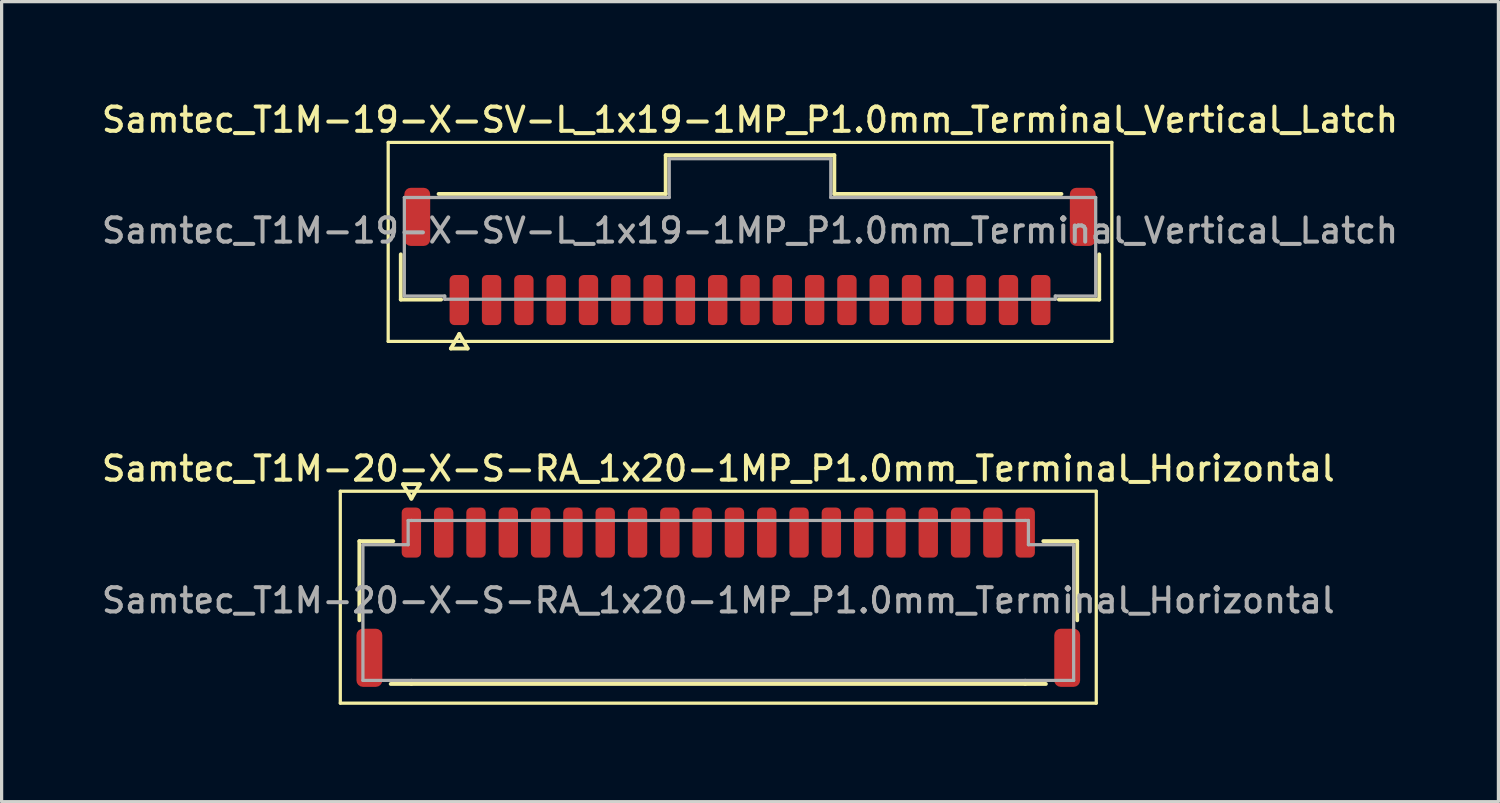
<source format=kicad_pcb>
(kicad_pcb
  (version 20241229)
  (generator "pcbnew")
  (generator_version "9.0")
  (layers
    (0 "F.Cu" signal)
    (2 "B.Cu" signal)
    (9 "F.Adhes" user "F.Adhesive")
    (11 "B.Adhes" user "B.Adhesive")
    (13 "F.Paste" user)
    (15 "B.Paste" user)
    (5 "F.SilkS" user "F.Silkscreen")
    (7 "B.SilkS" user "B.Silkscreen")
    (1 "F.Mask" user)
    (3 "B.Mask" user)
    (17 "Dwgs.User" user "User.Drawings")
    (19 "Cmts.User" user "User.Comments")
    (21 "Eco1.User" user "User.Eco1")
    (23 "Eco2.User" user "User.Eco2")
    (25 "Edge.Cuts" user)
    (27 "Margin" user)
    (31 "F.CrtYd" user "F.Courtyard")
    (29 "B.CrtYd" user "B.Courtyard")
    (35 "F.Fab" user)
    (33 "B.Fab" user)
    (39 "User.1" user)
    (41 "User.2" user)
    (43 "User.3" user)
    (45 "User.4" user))
  (footprint "Samtec_T1M-20-X-S-RA_1x20-1MP_P1.0mm_Terminal_Horizontal"
    (layer "F.Cu")
    (at 19.184 15.536)
    (property "Reference" "Samtec_T1M-20-X-S-RA_1x20-1MP_P1.0mm_Terminal_Horizontal" (at 0 -4.08 0) (layer "F.SilkS") (effects (font (size 0.75 0.75) (thickness 0.125))))
    (attr smd)
    (fp_line (start -11.7 -3.38) (end -11.7 3.18) (stroke (width 0.1) (type solid)) (layer "F.SilkS"))
    (fp_line (start -11.7 3.18) (end 11.7 3.18) (stroke (width 0.1) (type solid)) (layer "F.SilkS"))
    (fp_line (start -11.11 -1.835) (end -10.06 -1.835) (stroke (width 0.12) (type solid)) (layer "F.SilkS"))
    (fp_line (start -11.11 0.615) (end -11.11 -1.835) (stroke (width 0.12) (type solid)) (layer "F.SilkS"))
    (fp_line (start -9.76 -3.6) (end -9.5 -3.15) (stroke (width 0.12) (type solid)) (layer "F.SilkS"))
    (fp_line (start -9.5 -3.15) (end -9.24 -3.6) (stroke (width 0.12) (type solid)) (layer "F.SilkS"))
    (fp_line (start -9.5 2.585) (end -10.14 2.585) (stroke (width 0.12) (type solid)) (layer "F.SilkS"))
    (fp_line (start -9.24 -3.6) (end -9.76 -3.6) (stroke (width 0.12) (type solid)) (layer "F.SilkS"))
    (fp_line (start 9.5 2.585) (end -9.5 2.585) (stroke (width 0.12) (type solid)) (layer "F.SilkS"))
    (fp_line (start 10.06 -1.835) (end 11.11 -1.835) (stroke (width 0.12) (type solid)) (layer "F.SilkS"))
    (fp_line (start 10.14 2.585) (end 9.5 2.585) (stroke (width 0.12) (type solid)) (layer "F.SilkS"))
    (fp_line (start 11.11 -1.835) (end 11.11 0.615) (stroke (width 0.12) (type solid)) (layer "F.SilkS"))
    (fp_line (start 11.7 -3.38) (end -11.7 -3.38) (stroke (width 0.1) (type solid)) (layer "F.SilkS"))
    (fp_line (start 11.7 3.18) (end 11.7 -3.38) (stroke (width 0.1) (type solid)) (layer "F.SilkS"))
    (fp_line (start -11 -1.725) (end -9.6 -1.725) (stroke (width 0.1) (type solid)) (layer "F.Fab"))
    (fp_line (start -11 2.475) (end -11 -1.725) (stroke (width 0.1) (type solid)) (layer "F.Fab"))
    (fp_line (start -9.6 -2.475) (end -9.5 -2.475) (stroke (width 0.1) (type solid)) (layer "F.Fab"))
    (fp_line (start -9.6 -1.725) (end -9.6 -2.475) (stroke (width 0.1) (type solid)) (layer "F.Fab"))
    (fp_line (start -9.5 -2.475) (end 9.5 -2.475) (stroke (width 0.1) (type solid)) (layer "F.Fab"))
    (fp_line (start -9.5 2.475) (end -11 2.475) (stroke (width 0.1) (type solid)) (layer "F.Fab"))
    (fp_line (start 9.5 -2.475) (end 9.6 -2.475) (stroke (width 0.1) (type solid)) (layer "F.Fab"))
    (fp_line (start 9.5 2.475) (end -9.5 2.475) (stroke (width 0.1) (type solid)) (layer "F.Fab"))
    (fp_line (start 9.6 -2.475) (end 9.6 -1.725) (stroke (width 0.1) (type solid)) (layer "F.Fab"))
    (fp_line (start 9.6 -1.725) (end 11 -1.725) (stroke (width 0.1) (type solid)) (layer "F.Fab"))
    (fp_line (start 11 -1.725) (end 11 2.475) (stroke (width 0.1) (type solid)) (layer "F.Fab"))
    (fp_line (start 11 2.475) (end 9.5 2.475) (stroke (width 0.1) (type solid)) (layer "F.Fab"))
    (fp_text user "${REFERENCE}" (at 0 0 0) (layer "F.Fab") (effects (font (size 0.75 0.75) (thickness 0.125))))
    (pad "1" smd roundrect (at -9.5 -2.1) (size 0.6 1.55) (layers "F.Cu" "F.Mask" "F.Paste") (roundrect_rratio 0.25))
    (pad "2" smd roundrect (at -8.5 -2.1) (size 0.6 1.55) (layers "F.Cu" "F.Mask" "F.Paste") (roundrect_rratio 0.25))
    (pad "3" smd roundrect (at -7.5 -2.1) (size 0.6 1.55) (layers "F.Cu" "F.Mask" "F.Paste") (roundrect_rratio 0.25))
    (pad "4" smd roundrect (at -6.5 -2.1) (size 0.6 1.55) (layers "F.Cu" "F.Mask" "F.Paste") (roundrect_rratio 0.25))
    (pad "5" smd roundrect (at -5.5 -2.1) (size 0.6 1.55) (layers "F.Cu" "F.Mask" "F.Paste") (roundrect_rratio 0.25))
    (pad "6" smd roundrect (at -4.5 -2.1) (size 0.6 1.55) (layers "F.Cu" "F.Mask" "F.Paste") (roundrect_rratio 0.25))
    (pad "7" smd roundrect (at -3.5 -2.1) (size 0.6 1.55) (layers "F.Cu" "F.Mask" "F.Paste") (roundrect_rratio 0.25))
    (pad "8" smd roundrect (at -2.5 -2.1) (size 0.6 1.55) (layers "F.Cu" "F.Mask" "F.Paste") (roundrect_rratio 0.25))
    (pad "9" smd roundrect (at -1.5 -2.1) (size 0.6 1.55) (layers "F.Cu" "F.Mask" "F.Paste") (roundrect_rratio 0.25))
    (pad "10" smd roundrect (at -0.5 -2.1) (size 0.6 1.55) (layers "F.Cu" "F.Mask" "F.Paste") (roundrect_rratio 0.25))
    (pad "11" smd roundrect (at 0.5 -2.1) (size 0.6 1.55) (layers "F.Cu" "F.Mask" "F.Paste") (roundrect_rratio 0.25))
    (pad "12" smd roundrect (at 1.5 -2.1) (size 0.6 1.55) (layers "F.Cu" "F.Mask" "F.Paste") (roundrect_rratio 0.25))
    (pad "13" smd roundrect (at 2.5 -2.1) (size 0.6 1.55) (layers "F.Cu" "F.Mask" "F.Paste") (roundrect_rratio 0.25))
    (pad "14" smd roundrect (at 3.5 -2.1) (size 0.6 1.55) (layers "F.Cu" "F.Mask" "F.Paste") (roundrect_rratio 0.25))
    (pad "15" smd roundrect (at 4.5 -2.1) (size 0.6 1.55) (layers "F.Cu" "F.Mask" "F.Paste") (roundrect_rratio 0.25))
    (pad "16" smd roundrect (at 5.5 -2.1) (size 0.6 1.55) (layers "F.Cu" "F.Mask" "F.Paste") (roundrect_rratio 0.25))
    (pad "17" smd roundrect (at 6.5 -2.1) (size 0.6 1.55) (layers "F.Cu" "F.Mask" "F.Paste") (roundrect_rratio 0.25))
    (pad "18" smd roundrect (at 7.5 -2.1) (size 0.6 1.55) (layers "F.Cu" "F.Mask" "F.Paste") (roundrect_rratio 0.25))
    (pad "19" smd roundrect (at 8.5 -2.1) (size 0.6 1.55) (layers "F.Cu" "F.Mask" "F.Paste") (roundrect_rratio 0.25))
    (pad "20" smd roundrect (at 9.5 -2.1) (size 0.6 1.55) (layers "F.Cu" "F.Mask" "F.Paste") (roundrect_rratio 0.25))
    (pad "MP" smd roundrect (at -10.8 1.775) (size 0.8 1.8) (layers "F.Cu" "F.Mask" "F.Paste") (roundrect_rratio 0.25))
    (pad "MP" smd roundrect (at 10.8 1.775) (size 0.8 1.8) (layers "F.Cu" "F.Mask" "F.Paste") (roundrect_rratio 0.25)))
  (footprint "Samtec_T1M-19-X-SV-L_1x19-1MP_P1.0mm_Terminal_Vertical_Latch"
    (layer "F.Cu")
    (at 20.166 4.088)
    (property "Reference" "Samtec_T1M-19-X-SV-L_1x19-1MP_P1.0mm_Terminal_Vertical_Latch" (at 0 -3.43 0) (layer "F.SilkS") (effects (font (size 0.75 0.75) (thickness 0.125))))
    (attr smd)
    (fp_line (start -11.2 -2.73) (end -11.2 3.43) (stroke (width 0.1) (type solid)) (layer "F.SilkS"))
    (fp_line (start -11.2 3.43) (end 11.2 3.43) (stroke (width 0.1) (type solid)) (layer "F.SilkS"))
    (fp_line (start -10.81 2.135) (end -10.81 0.735) (stroke (width 0.12) (type solid)) (layer "F.SilkS"))
    (fp_line (start -9.64 -1.135) (end -2.61 -1.135) (stroke (width 0.12) (type solid)) (layer "F.SilkS"))
    (fp_line (start -9.56 2.135) (end -10.81 2.135) (stroke (width 0.12) (type solid)) (layer "F.SilkS"))
    (fp_line (start -9.26 3.65) (end -9 3.2) (stroke (width 0.12) (type solid)) (layer "F.SilkS"))
    (fp_line (start -9 3.2) (end -8.74 3.65) (stroke (width 0.12) (type solid)) (layer "F.SilkS"))
    (fp_line (start -8.74 3.65) (end -9.26 3.65) (stroke (width 0.12) (type solid)) (layer "F.SilkS"))
    (fp_line (start -2.61 -2.335) (end 2.61 -2.335) (stroke (width 0.12) (type solid)) (layer "F.SilkS"))
    (fp_line (start -2.61 -1.135) (end -2.61 -2.335) (stroke (width 0.12) (type solid)) (layer "F.SilkS"))
    (fp_line (start 2.61 -2.335) (end 2.61 -1.135) (stroke (width 0.12) (type solid)) (layer "F.SilkS"))
    (fp_line (start 2.61 -1.135) (end 9.64 -1.135) (stroke (width 0.12) (type solid)) (layer "F.SilkS"))
    (fp_line (start 10.81 0.735) (end 10.81 2.135) (stroke (width 0.12) (type solid)) (layer "F.SilkS"))
    (fp_line (start 10.81 2.135) (end 9.56 2.135) (stroke (width 0.12) (type solid)) (layer "F.SilkS"))
    (fp_line (start 11.2 -2.73) (end -11.2 -2.73) (stroke (width 0.1) (type solid)) (layer "F.SilkS"))
    (fp_line (start 11.2 3.43) (end 11.2 -2.73) (stroke (width 0.1) (type solid)) (layer "F.SilkS"))
    (fp_line (start -10.7 -1.025) (end -2.5 -1.025) (stroke (width 0.1) (type solid)) (layer "F.Fab"))
    (fp_line (start -10.7 2.025) (end -10.7 -1.025) (stroke (width 0.1) (type solid)) (layer "F.Fab"))
    (fp_line (start -9.45 2.025) (end -10.7 2.025) (stroke (width 0.1) (type solid)) (layer "F.Fab"))
    (fp_line (start -9.45 2.125) (end -9.45 2.025) (stroke (width 0.1) (type solid)) (layer "F.Fab"))
    (fp_line (start -2.5 -2.225) (end 2.5 -2.225) (stroke (width 0.1) (type solid)) (layer "F.Fab"))
    (fp_line (start -2.5 -1.025) (end -2.5 -2.225) (stroke (width 0.1) (type solid)) (layer "F.Fab"))
    (fp_line (start 2.5 -2.225) (end 2.5 -1.025) (stroke (width 0.1) (type solid)) (layer "F.Fab"))
    (fp_line (start 2.5 -1.025) (end 10.7 -1.025) (stroke (width 0.1) (type solid)) (layer "F.Fab"))
    (fp_line (start 9.45 2.025) (end 9.45 2.125) (stroke (width 0.1) (type solid)) (layer "F.Fab"))
    (fp_line (start 9.45 2.125) (end -9.45 2.125) (stroke (width 0.1) (type solid)) (layer "F.Fab"))
    (fp_line (start 10.7 -1.025) (end 10.7 2.025) (stroke (width 0.1) (type solid)) (layer "F.Fab"))
    (fp_line (start 10.7 2.025) (end 9.45 2.025) (stroke (width 0.1) (type solid)) (layer "F.Fab"))
    (fp_text user "${REFERENCE}" (at 0 0 0) (layer "F.Fab") (effects (font (size 0.75 0.75) (thickness 0.125))))
    (pad "1" smd roundrect (at -9 2.15) (size 0.6 1.55) (layers "F.Cu" "F.Mask" "F.Paste") (roundrect_rratio 0.25))
    (pad "2" smd roundrect (at -8 2.15) (size 0.6 1.55) (layers "F.Cu" "F.Mask" "F.Paste") (roundrect_rratio 0.25))
    (pad "3" smd roundrect (at -7 2.15) (size 0.6 1.55) (layers "F.Cu" "F.Mask" "F.Paste") (roundrect_rratio 0.25))
    (pad "4" smd roundrect (at -6 2.15) (size 0.6 1.55) (layers "F.Cu" "F.Mask" "F.Paste") (roundrect_rratio 0.25))
    (pad "5" smd roundrect (at -5 2.15) (size 0.6 1.55) (layers "F.Cu" "F.Mask" "F.Paste") (roundrect_rratio 0.25))
    (pad "6" smd roundrect (at -4 2.15) (size 0.6 1.55) (layers "F.Cu" "F.Mask" "F.Paste") (roundrect_rratio 0.25))
    (pad "7" smd roundrect (at -3 2.15) (size 0.6 1.55) (layers "F.Cu" "F.Mask" "F.Paste") (roundrect_rratio 0.25))
    (pad "8" smd roundrect (at -2 2.15) (size 0.6 1.55) (layers "F.Cu" "F.Mask" "F.Paste") (roundrect_rratio 0.25))
    (pad "9" smd roundrect (at -1 2.15) (size 0.6 1.55) (layers "F.Cu" "F.Mask" "F.Paste") (roundrect_rratio 0.25))
    (pad "10" smd roundrect (at 0 2.15) (size 0.6 1.55) (layers "F.Cu" "F.Mask" "F.Paste") (roundrect_rratio 0.25))
    (pad "11" smd roundrect (at 1 2.15) (size 0.6 1.55) (layers "F.Cu" "F.Mask" "F.Paste") (roundrect_rratio 0.25))
    (pad "12" smd roundrect (at 2 2.15) (size 0.6 1.55) (layers "F.Cu" "F.Mask" "F.Paste") (roundrect_rratio 0.25))
    (pad "13" smd roundrect (at 3 2.15) (size 0.6 1.55) (layers "F.Cu" "F.Mask" "F.Paste") (roundrect_rratio 0.25))
    (pad "14" smd roundrect (at 4 2.15) (size 0.6 1.55) (layers "F.Cu" "F.Mask" "F.Paste") (roundrect_rratio 0.25))
    (pad "15" smd roundrect (at 5 2.15) (size 0.6 1.55) (layers "F.Cu" "F.Mask" "F.Paste") (roundrect_rratio 0.25))
    (pad "16" smd roundrect (at 6 2.15) (size 0.6 1.55) (layers "F.Cu" "F.Mask" "F.Paste") (roundrect_rratio 0.25))
    (pad "17" smd roundrect (at 7 2.15) (size 0.6 1.55) (layers "F.Cu" "F.Mask" "F.Paste") (roundrect_rratio 0.25))
    (pad "18" smd roundrect (at 8 2.15) (size 0.6 1.55) (layers "F.Cu" "F.Mask" "F.Paste") (roundrect_rratio 0.25))
    (pad "19" smd roundrect (at 9 2.15) (size 0.6 1.55) (layers "F.Cu" "F.Mask" "F.Paste") (roundrect_rratio 0.25))
    (pad "MP" smd roundrect (at -10.3 -0.425) (size 0.8 1.8) (layers "F.Cu" "F.Mask" "F.Paste") (roundrect_rratio 0.25))
    (pad "MP" smd roundrect (at 10.3 -0.425) (size 0.8 1.8) (layers "F.Cu" "F.Mask" "F.Paste") (roundrect_rratio 0.25)))
  (gr_rect
    (start -3 -3)
    (end 43.332 21.766)
    (stroke (width 0.1) (type default))
    (fill no)
    (layer "Edge.Cuts")))
</source>
